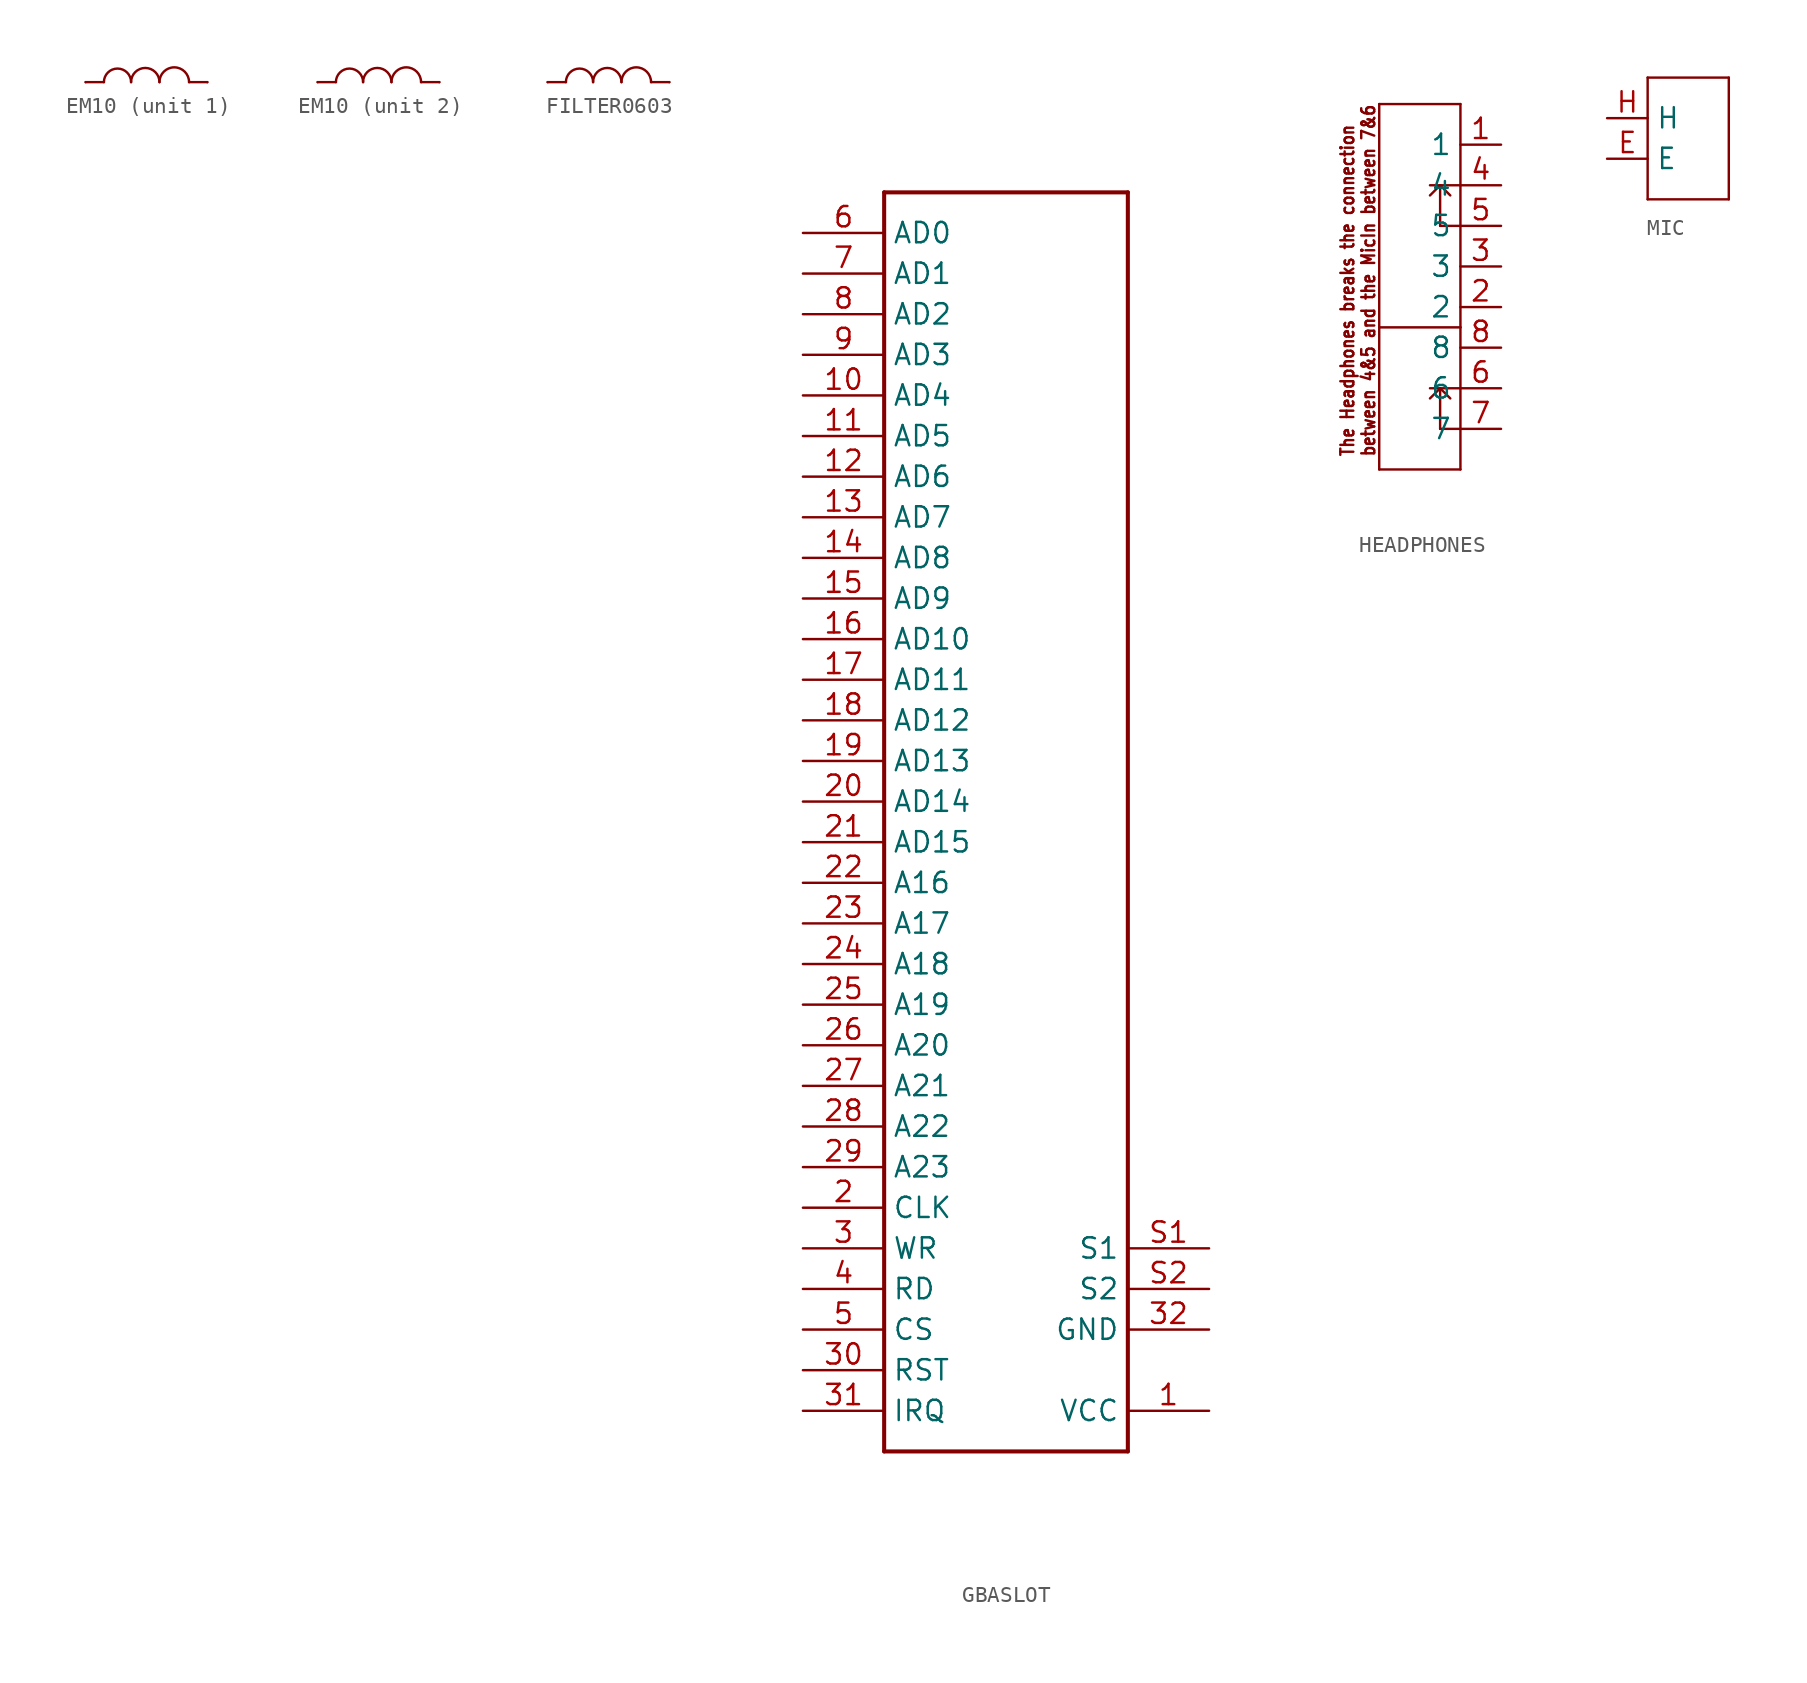
<source format=kicad_sym>
(kicad_symbol_lib
  (version 20231120)
  (generator "kicad_symbol_editor")
  (generator_version "8.0")
  (symbol "EM10"
    (property "Reference" ""
      (at -1.384 0.94 0)
      (effects (font (size 1.016 0.864)) (justify left bottom) (hide yes)))
    (property "ki_locked" ""
      (at 0 0 0)
      (effects (font (size 1.27 1.27))))
    (symbol "EM10_1_0"
      (polyline (pts (xy -2.54 0) (xy -1.397 0)) (stroke (width 0.152) (type solid)) (fill (type none)))
      (polyline (pts (xy 3.937 0) (xy 5.08 0)) (stroke (width 0.152) (type solid)) (fill (type none)))
      (arc (start 0.3048 0) (mid -0.5461 0.8509) (end -1.397 0) (stroke (width 0.1524) (type solid)) (fill (type none)))
      (arc (start 2.0828 0) (mid 1.1938 0.889) (end 0.3048 0) (stroke (width 0.1524) (type solid)) (fill (type none)))
      (arc (start 3.937 0) (mid 3.0099 0.9271) (end 2.0828 0) (stroke (width 0.1524) (type solid)) (fill (type none)))
      (pin bidirectional line (at -2.54 0 0) (length 0) (name "P$1" (effects (font (size 0 0)))) (number "1" (effects (font (size 0 0)))))
      (pin bidirectional line (at 5.08 0 0) (length 0) (name "P$2" (effects (font (size 0 0)))) (number "2" (effects (font (size 0 0))))))
    (symbol "EM10_2_0"
      (polyline (pts (xy -2.54 0) (xy -1.397 0)) (stroke (width 0.152) (type solid)) (fill (type none)))
      (polyline (pts (xy 3.937 0) (xy 5.08 0)) (stroke (width 0.152) (type solid)) (fill (type none)))
      (arc (start 0.3048 0) (mid -0.5461 0.8509) (end -1.397 0) (stroke (width 0.1524) (type solid)) (fill (type none)))
      (arc (start 2.0828 0) (mid 1.1938 0.889) (end 0.3048 0) (stroke (width 0.1524) (type solid)) (fill (type none)))
      (arc (start 3.937 0) (mid 3.0099 0.9271) (end 2.0828 0) (stroke (width 0.1524) (type solid)) (fill (type none)))
      (pin bidirectional line (at -2.54 0 0) (length 0) (name "P$1" (effects (font (size 0 0)))) (number "3" (effects (font (size 0 0)))))
      (pin bidirectional line (at 5.08 0 0) (length 0) (name "P$2" (effects (font (size 0 0)))) (number "4" (effects (font (size 0 0)))))))
  (symbol "FILTER0603"
    (property "Reference" ""
      (at -1.384 0.94 0)
      (effects (font (size 1.016 0.864)) (justify left bottom) (hide yes)))
    (property "ki_locked" ""
      (at 0 0 0)
      (effects (font (size 1.27 1.27))))
    (symbol "FILTER0603_1_0"
      (polyline (pts (xy -2.54 0) (xy -1.397 0)) (stroke (width 0.152) (type solid)) (fill (type none)))
      (polyline (pts (xy 3.937 0) (xy 5.08 0)) (stroke (width 0.152) (type solid)) (fill (type none)))
      (arc (start 0.3048 0) (mid -0.5461 0.8509) (end -1.397 0) (stroke (width 0.1524) (type solid)) (fill (type none)))
      (arc (start 2.0828 0) (mid 1.1938 0.889) (end 0.3048 0) (stroke (width 0.1524) (type solid)) (fill (type none)))
      (arc (start 3.937 0) (mid 3.0099 0.9271) (end 2.0828 0) (stroke (width 0.1524) (type solid)) (fill (type none)))
      (pin bidirectional line (at -2.54 0 0) (length 0) (name "P$1" (effects (font (size 0 0)))) (number "1" (effects (font (size 0 0)))))
      (pin bidirectional line (at 5.08 0 0) (length 0) (name "P$2" (effects (font (size 0 0)))) (number "2" (effects (font (size 0 0)))))))
  (symbol "GBASLOT"
    (property "Reference" ""
      (at -5.08 40.64 0)
      (effects (font (size 1.778 1.511)) (justify left bottom) (hide yes)))
    (property "Value" ""
      (at 2.54 38.1 0)
      (effects (font (size 1.27 1.079)) (justify left bottom)))
    (property "ki_locked" ""
      (at 0 0 0)
      (effects (font (size 1.27 1.27))))
    (symbol "GBASLOT_1_0"
      (polyline (pts (xy -5.08 -38.1) (xy 10.16 -38.1)) (stroke (width 0.254) (type solid)) (fill (type none)))
      (polyline (pts (xy -5.08 40.64) (xy -5.08 -38.1)) (stroke (width 0.254) (type solid)) (fill (type none)))
      (polyline (pts (xy -5.08 40.64) (xy 10.16 40.64)) (stroke (width 0.254) (type solid)) (fill (type none)))
      (polyline (pts (xy 10.16 -38.1) (xy 10.16 40.64)) (stroke (width 0.254) (type solid)) (fill (type none)))
      (pin bidirectional line (at 15.24 -35.56 180) (length 5.08) (name "VCC" (effects (font (size 1.27 1.27)))) (number "1" (effects (font (size 1.27 1.27)))))
      (pin bidirectional line (at -10.16 27.94 0) (length 5.08) (name "AD4" (effects (font (size 1.27 1.27)))) (number "10" (effects (font (size 1.27 1.27)))))
      (pin bidirectional line (at -10.16 25.4 0) (length 5.08) (name "AD5" (effects (font (size 1.27 1.27)))) (number "11" (effects (font (size 1.27 1.27)))))
      (pin bidirectional line (at -10.16 22.86 0) (length 5.08) (name "AD6" (effects (font (size 1.27 1.27)))) (number "12" (effects (font (size 1.27 1.27)))))
      (pin bidirectional line (at -10.16 20.32 0) (length 5.08) (name "AD7" (effects (font (size 1.27 1.27)))) (number "13" (effects (font (size 1.27 1.27)))))
      (pin bidirectional line (at -10.16 17.78 0) (length 5.08) (name "AD8" (effects (font (size 1.27 1.27)))) (number "14" (effects (font (size 1.27 1.27)))))
      (pin bidirectional line (at -10.16 15.24 0) (length 5.08) (name "AD9" (effects (font (size 1.27 1.27)))) (number "15" (effects (font (size 1.27 1.27)))))
      (pin bidirectional line (at -10.16 12.7 0) (length 5.08) (name "AD10" (effects (font (size 1.27 1.27)))) (number "16" (effects (font (size 1.27 1.27)))))
      (pin bidirectional line (at -10.16 10.16 0) (length 5.08) (name "AD11" (effects (font (size 1.27 1.27)))) (number "17" (effects (font (size 1.27 1.27)))))
      (pin bidirectional line (at -10.16 7.62 0) (length 5.08) (name "AD12" (effects (font (size 1.27 1.27)))) (number "18" (effects (font (size 1.27 1.27)))))
      (pin bidirectional line (at -10.16 5.08 0) (length 5.08) (name "AD13" (effects (font (size 1.27 1.27)))) (number "19" (effects (font (size 1.27 1.27)))))
      (pin bidirectional line (at -10.16 -22.86 0) (length 5.08) (name "CLK" (effects (font (size 1.27 1.27)))) (number "2" (effects (font (size 1.27 1.27)))))
      (pin bidirectional line (at -10.16 2.54 0) (length 5.08) (name "AD14" (effects (font (size 1.27 1.27)))) (number "20" (effects (font (size 1.27 1.27)))))
      (pin bidirectional line (at -10.16 0 0) (length 5.08) (name "AD15" (effects (font (size 1.27 1.27)))) (number "21" (effects (font (size 1.27 1.27)))))
      (pin bidirectional line (at -10.16 -2.54 0) (length 5.08) (name "A16" (effects (font (size 1.27 1.27)))) (number "22" (effects (font (size 1.27 1.27)))))
      (pin bidirectional line (at -10.16 -5.08 0) (length 5.08) (name "A17" (effects (font (size 1.27 1.27)))) (number "23" (effects (font (size 1.27 1.27)))))
      (pin bidirectional line (at -10.16 -7.62 0) (length 5.08) (name "A18" (effects (font (size 1.27 1.27)))) (number "24" (effects (font (size 1.27 1.27)))))
      (pin bidirectional line (at -10.16 -10.16 0) (length 5.08) (name "A19" (effects (font (size 1.27 1.27)))) (number "25" (effects (font (size 1.27 1.27)))))
      (pin bidirectional line (at -10.16 -12.7 0) (length 5.08) (name "A20" (effects (font (size 1.27 1.27)))) (number "26" (effects (font (size 1.27 1.27)))))
      (pin bidirectional line (at -10.16 -15.24 0) (length 5.08) (name "A21" (effects (font (size 1.27 1.27)))) (number "27" (effects (font (size 1.27 1.27)))))
      (pin bidirectional line (at -10.16 -17.78 0) (length 5.08) (name "A22" (effects (font (size 1.27 1.27)))) (number "28" (effects (font (size 1.27 1.27)))))
      (pin bidirectional line (at -10.16 -20.32 0) (length 5.08) (name "A23" (effects (font (size 1.27 1.27)))) (number "29" (effects (font (size 1.27 1.27)))))
      (pin bidirectional line (at -10.16 -25.4 0) (length 5.08) (name "WR" (effects (font (size 1.27 1.27)))) (number "3" (effects (font (size 1.27 1.27)))))
      (pin bidirectional line (at -10.16 -33.02 0) (length 5.08) (name "RST" (effects (font (size 1.27 1.27)))) (number "30" (effects (font (size 1.27 1.27)))))
      (pin bidirectional line (at -10.16 -35.56 0) (length 5.08) (name "IRQ" (effects (font (size 1.27 1.27)))) (number "31" (effects (font (size 1.27 1.27)))))
      (pin bidirectional line (at 15.24 -30.48 180) (length 5.08) (name "GND" (effects (font (size 1.27 1.27)))) (number "32" (effects (font (size 1.27 1.27)))))
      (pin bidirectional line (at -10.16 -27.94 0) (length 5.08) (name "RD" (effects (font (size 1.27 1.27)))) (number "4" (effects (font (size 1.27 1.27)))))
      (pin bidirectional line (at -10.16 -30.48 0) (length 5.08) (name "CS" (effects (font (size 1.27 1.27)))) (number "5" (effects (font (size 1.27 1.27)))))
      (pin bidirectional line (at -10.16 38.1 0) (length 5.08) (name "AD0" (effects (font (size 1.27 1.27)))) (number "6" (effects (font (size 1.27 1.27)))))
      (pin bidirectional line (at -10.16 35.56 0) (length 5.08) (name "AD1" (effects (font (size 1.27 1.27)))) (number "7" (effects (font (size 1.27 1.27)))))
      (pin bidirectional line (at -10.16 33.02 0) (length 5.08) (name "AD2" (effects (font (size 1.27 1.27)))) (number "8" (effects (font (size 1.27 1.27)))))
      (pin bidirectional line (at -10.16 30.48 0) (length 5.08) (name "AD3" (effects (font (size 1.27 1.27)))) (number "9" (effects (font (size 1.27 1.27)))))
      (pin bidirectional line (at 15.24 -25.4 180) (length 5.08) (name "S1" (effects (font (size 1.27 1.27)))) (number "S1" (effects (font (size 1.27 1.27)))))
      (pin bidirectional line (at 15.24 -27.94 180) (length 5.08) (name "S2" (effects (font (size 1.27 1.27)))) (number "S2" (effects (font (size 1.27 1.27)))))))
  (symbol "HEADPHONES"
    (property "Reference" ""
      (at -2.54 10.16 0)
      (effects (font (size 1.778 1.511)) (justify left bottom) (hide yes)))
    (property "Value" ""
      (at -3.356 -13.956 0)
      (effects (font (size 1.016 0.864)) (justify left bottom)))
    (property "ki_locked" ""
      (at 0 0 0)
      (effects (font (size 1.27 1.27))))
    (symbol "HEADPHONES_1_0"
      (polyline (pts (xy -2.54 -12.7) (xy 2.54 -12.7)) (stroke (width 0.152) (type solid)) (fill (type none)))
      (polyline (pts (xy -2.54 -3.81) (xy -2.54 -12.7)) (stroke (width 0.152) (type solid)) (fill (type none)))
      (polyline (pts (xy -2.54 -3.81) (xy 2.54 -3.81)) (stroke (width 0.152) (type solid)) (fill (type none)))
      (polyline (pts (xy -2.54 10.16) (xy -2.54 -3.81)) (stroke (width 0.152) (type solid)) (fill (type none)))
      (polyline (pts (xy 0.635 -7.62) (xy 2.54 -7.62)) (stroke (width 0.152) (type solid)) (fill (type none)))
      (polyline (pts (xy 0.635 5.08) (xy 1.27 5.08)) (stroke (width 0.152) (type solid)) (fill (type none)))
      (polyline (pts (xy 1.27 -10.16) (xy 1.27 -7.62)) (stroke (width 0.152) (type solid)) (fill (type none)))
      (polyline (pts (xy 1.27 -10.16) (xy 2.54 -10.16)) (stroke (width 0.152) (type solid)) (fill (type none)))
      (polyline (pts (xy 1.27 -7.62) (xy 0.635 -8.255)) (stroke (width 0.152) (type solid)) (fill (type none)))
      (polyline (pts (xy 1.27 -7.62) (xy 1.905 -8.255)) (stroke (width 0.152) (type solid)) (fill (type none)))
      (polyline (pts (xy 1.27 2.54) (xy 1.27 5.08)) (stroke (width 0.152) (type solid)) (fill (type none)))
      (polyline (pts (xy 1.27 5.08) (xy 0.635 4.445)) (stroke (width 0.152) (type solid)) (fill (type none)))
      (polyline (pts (xy 1.27 5.08) (xy 1.905 4.445)) (stroke (width 0.152) (type solid)) (fill (type none)))
      (polyline (pts (xy 2.54 -12.7) (xy 2.54 -3.81)) (stroke (width 0.152) (type solid)) (fill (type none)))
      (polyline (pts (xy 2.54 -3.81) (xy 2.54 10.16)) (stroke (width 0.152) (type solid)) (fill (type none)))
      (polyline (pts (xy 2.54 2.54) (xy 1.27 2.54)) (stroke (width 0.152) (type solid)) (fill (type none)))
      (polyline (pts (xy 2.54 5.08) (xy 1.27 5.08)) (stroke (width 0.152) (type solid)) (fill (type none)))
      (polyline (pts (xy 2.54 10.16) (xy -2.54 10.16)) (stroke (width 0.152) (type solid)) (fill (type none)))
      (text "The Headphones breaks the connection\nbetween 4&5 and the MicIn between 7&6" (at -2.746 -11.953 900) (effects (font (size 0.813 0.691)) (justify left bottom)))
      (pin bidirectional line (at 5.08 7.62 180) (length 2.54) (name "1" (effects (font (size 1.27 1.27)))) (number "1" (effects (font (size 1.27 1.27)))))
      (pin bidirectional line (at 5.08 -2.54 180) (length 2.54) (name "2" (effects (font (size 1.27 1.27)))) (number "2" (effects (font (size 1.27 1.27)))))
      (pin bidirectional line (at 5.08 0 180) (length 2.54) (name "3" (effects (font (size 1.27 1.27)))) (number "3" (effects (font (size 1.27 1.27)))))
      (pin bidirectional line (at 5.08 5.08 180) (length 2.54) (name "4" (effects (font (size 1.27 1.27)))) (number "4" (effects (font (size 1.27 1.27)))))
      (pin bidirectional line (at 5.08 2.54 180) (length 2.54) (name "5" (effects (font (size 1.27 1.27)))) (number "5" (effects (font (size 1.27 1.27)))))
      (pin bidirectional line (at 5.08 -7.62 180) (length 2.54) (name "6" (effects (font (size 1.27 1.27)))) (number "6" (effects (font (size 1.27 1.27)))))
      (pin bidirectional line (at 5.08 -10.16 180) (length 2.54) (name "7" (effects (font (size 1.27 1.27)))) (number "7" (effects (font (size 1.27 1.27)))))
      (pin bidirectional line (at 5.08 -5.08 180) (length 2.54) (name "8" (effects (font (size 1.27 1.27)))) (number "8" (effects (font (size 1.27 1.27)))))))
  (symbol "MIC"
    (property "Reference" ""
      (at -2.54 2.54 0)
      (effects (font (size 1.27 1.079)) (justify left bottom) (hide yes)))
    (property "ki_locked" ""
      (at 0 0 0)
      (effects (font (size 1.27 1.27))))
    (symbol "MIC_1_0"
      (polyline (pts (xy -2.54 -5.08) (xy 2.54 -5.08)) (stroke (width 0.152) (type solid)) (fill (type none)))
      (polyline (pts (xy -2.54 2.54) (xy -2.54 -5.08)) (stroke (width 0.152) (type solid)) (fill (type none)))
      (polyline (pts (xy 2.54 -5.08) (xy 2.54 2.54)) (stroke (width 0.152) (type solid)) (fill (type none)))
      (polyline (pts (xy 2.54 2.54) (xy -2.54 2.54)) (stroke (width 0.152) (type solid)) (fill (type none)))
      (pin bidirectional line (at -5.08 -2.54 0) (length 2.54) (name "E" (effects (font (size 1.27 1.27)))) (number "E" (effects (font (size 1.27 1.27)))))
      (pin bidirectional line (at -5.08 0 0) (length 2.54) (name "H" (effects (font (size 1.27 1.27)))) (number "H" (effects (font (size 1.27 1.27))))))))
</source>
